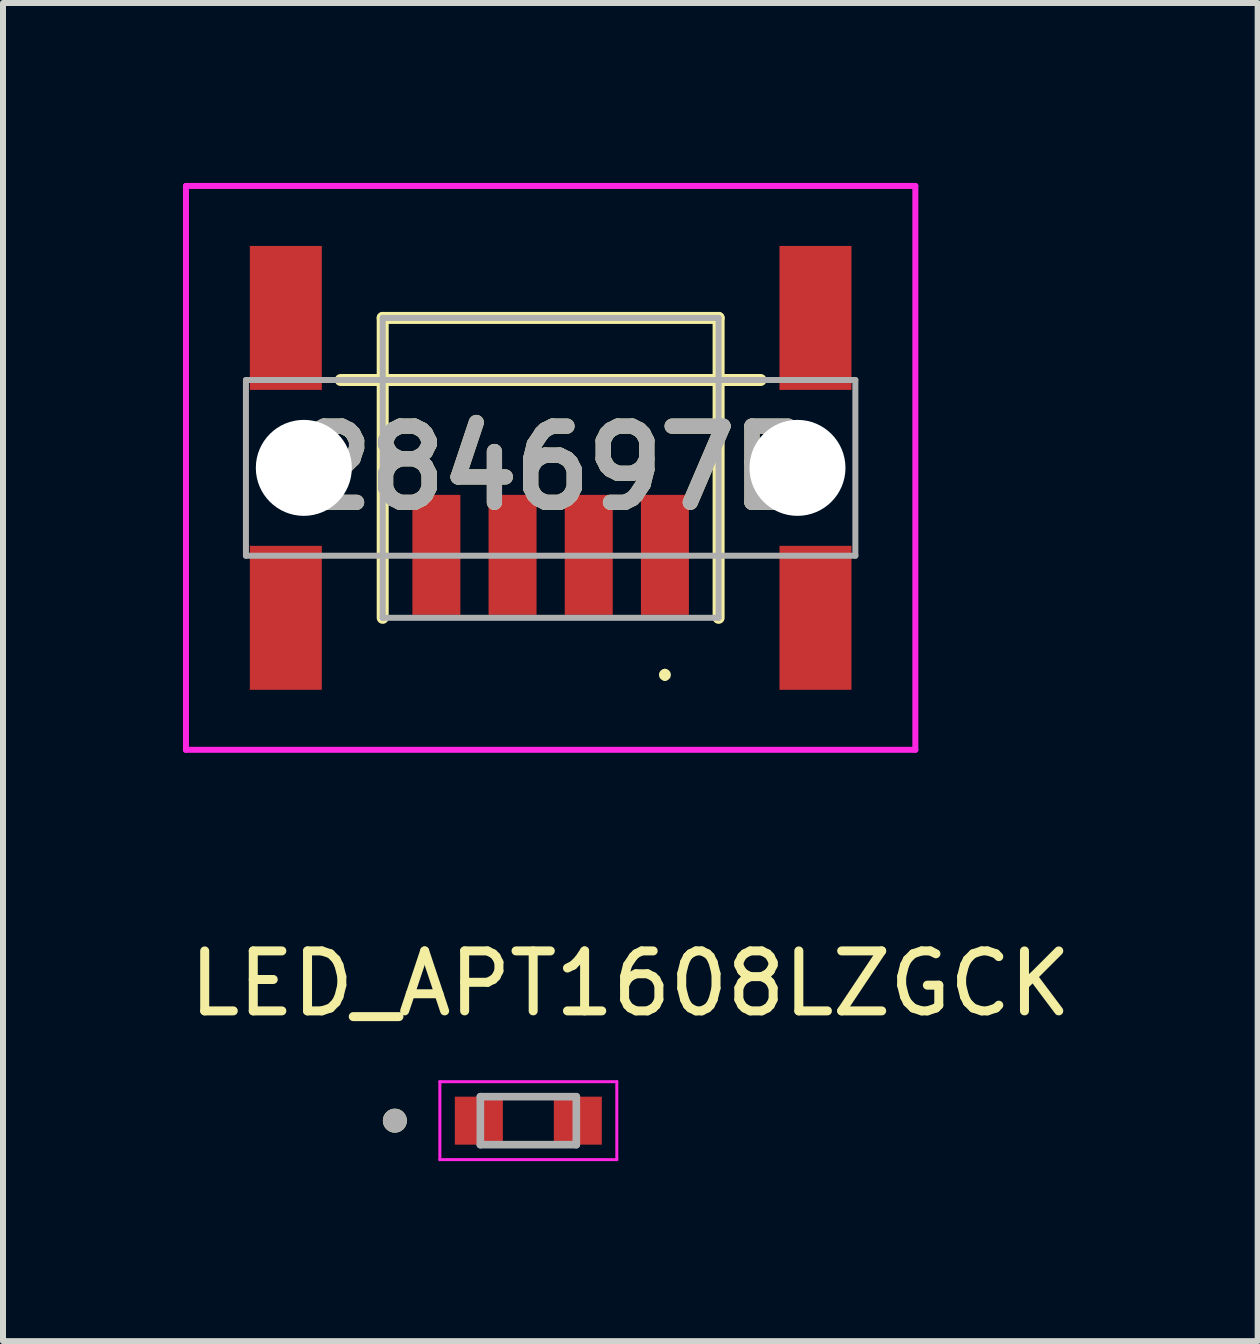
<source format=kicad_pcb>
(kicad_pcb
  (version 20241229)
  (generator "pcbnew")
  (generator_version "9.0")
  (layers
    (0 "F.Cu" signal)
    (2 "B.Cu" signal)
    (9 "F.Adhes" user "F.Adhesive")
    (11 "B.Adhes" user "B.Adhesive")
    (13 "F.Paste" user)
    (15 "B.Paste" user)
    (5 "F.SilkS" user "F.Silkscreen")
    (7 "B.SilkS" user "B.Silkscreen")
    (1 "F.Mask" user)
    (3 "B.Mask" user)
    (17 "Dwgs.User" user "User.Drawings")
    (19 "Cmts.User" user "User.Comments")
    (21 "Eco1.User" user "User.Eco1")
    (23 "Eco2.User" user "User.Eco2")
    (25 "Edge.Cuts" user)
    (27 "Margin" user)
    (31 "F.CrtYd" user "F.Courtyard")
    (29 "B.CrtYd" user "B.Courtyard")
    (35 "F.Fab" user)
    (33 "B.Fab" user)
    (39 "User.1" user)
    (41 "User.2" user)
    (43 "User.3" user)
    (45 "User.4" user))
  (footprint "LED_APT1608LZGCK"
    (layer "F.Cu")
    (at 5.758 15.633)
    (property "Reference" "LED_APT1608LZGCK" (at 1.7 -2.285 0) (layer "F.SilkS") (effects (font (size 1 1) (thickness 0.15))))
    (attr smd)
    (fp_circle (center -2.225 0) (end -2.125 0) (stroke (width 0.2) (type solid)) (fill no) (layer "F.SilkS"))
    (fp_line (start -1.475 -0.65) (end -1.475 0.65) (stroke (width 0.05) (type solid)) (layer "F.CrtYd"))
    (fp_line (start -1.475 0.65) (end 1.475 0.65) (stroke (width 0.05) (type solid)) (layer "F.CrtYd"))
    (fp_line (start 1.475 -0.65) (end -1.475 -0.65) (stroke (width 0.05) (type solid)) (layer "F.CrtYd"))
    (fp_line (start 1.475 0.65) (end 1.475 -0.65) (stroke (width 0.05) (type solid)) (layer "F.CrtYd"))
    (fp_line (start -0.8 -0.4) (end 0.8 -0.4) (stroke (width 0.127) (type solid)) (layer "F.Fab"))
    (fp_line (start -0.8 0.4) (end -0.8 -0.4) (stroke (width 0.127) (type solid)) (layer "F.Fab"))
    (fp_line (start 0.8 -0.4) (end 0.8 0.4) (stroke (width 0.127) (type solid)) (layer "F.Fab"))
    (fp_line (start 0.8 0.4) (end -0.8 0.4) (stroke (width 0.127) (type solid)) (layer "F.Fab"))
    (fp_circle (center -2.225 0) (end -2.125 0) (stroke (width 0.2) (type solid)) (fill no) (layer "F.Fab"))
    (pad "1" smd rect (at -0.825 0) (size 0.8 0.8) (layers "F.Cu" "F.Mask" "F.Paste"))
    (pad "2" smd rect (at 0.825 0) (size 0.8 0.8) (layers "F.Cu" "F.Mask" "F.Paste")))
  (footprint "284697E"
    (layer "F.Cu")
    (at 6.13 4.75)
    (property "Reference" "284697E" (at 0 0 0) (layer "F.SilkS") (effects (font (size 1.27 1.27) (thickness 0.254))))
    (attr through_hole)
    (fp_line (start -3.5 -1.465) (end 3.5 -1.465) (stroke (width 0.2) (type solid)) (layer "F.SilkS"))
    (fp_line (start -2.8 -2.5) (end 2.8 -2.5) (stroke (width 0.2) (type solid)) (layer "F.SilkS"))
    (fp_line (start -2.8 -1.5) (end -2.8 -2.5) (stroke (width 0.2) (type solid)) (layer "F.SilkS"))
    (fp_line (start -2.8 -1.5) (end -2.8 2.5) (stroke (width 0.2) (type solid)) (layer "F.SilkS"))
    (fp_line (start 1.905 3.4) (end 1.905 3.4) (stroke (width 0.1) (type solid)) (layer "F.SilkS"))
    (fp_line (start 1.905 3.5) (end 1.905 3.5) (stroke (width 0.1) (type solid)) (layer "F.SilkS"))
    (fp_line (start 2.8 -2.5) (end 2.8 -1.465) (stroke (width 0.2) (type solid)) (layer "F.SilkS"))
    (fp_line (start 2.8 -1.465) (end 2.8 2.5) (stroke (width 0.2) (type solid)) (layer "F.SilkS"))
    (fp_arc (start 1.905 3.4) (mid 1.955 3.45) (end 1.905 3.5) (stroke (width 0.1) (type solid)) (layer "F.SilkS"))
    (fp_arc (start 1.905 3.5) (mid 1.855 3.45) (end 1.905 3.4) (stroke (width 0.1) (type solid)) (layer "F.SilkS"))
    (fp_line (start -6.08 -4.7) (end 6.08 -4.7) (stroke (width 0.1) (type solid)) (layer "F.CrtYd"))
    (fp_line (start -6.08 4.7) (end -6.08 -4.7) (stroke (width 0.1) (type solid)) (layer "F.CrtYd"))
    (fp_line (start 6.08 -4.7) (end 6.08 4.7) (stroke (width 0.1) (type solid)) (layer "F.CrtYd"))
    (fp_line (start 6.08 4.7) (end -6.08 4.7) (stroke (width 0.1) (type solid)) (layer "F.CrtYd"))
    (fp_line (start -5.08 -1.465) (end 5.08 -1.465) (stroke (width 0.1) (type solid)) (layer "F.Fab"))
    (fp_line (start -5.08 1.465) (end -5.08 -1.465) (stroke (width 0.1) (type solid)) (layer "F.Fab"))
    (fp_line (start -2.8 -2.5) (end 2.8 -2.5) (stroke (width 0.1) (type solid)) (layer "F.Fab"))
    (fp_line (start -2.8 2.5) (end -2.8 -2.5) (stroke (width 0.1) (type solid)) (layer "F.Fab"))
    (fp_line (start 2.8 -2.5) (end 2.8 2.5) (stroke (width 0.1) (type solid)) (layer "F.Fab"))
    (fp_line (start 2.8 2.5) (end -2.8 2.5) (stroke (width 0.1) (type solid)) (layer "F.Fab"))
    (fp_line (start 5.08 -1.465) (end 5.08 1.465) (stroke (width 0.1) (type solid)) (layer "F.Fab"))
    (fp_line (start 5.08 1.465) (end -5.08 1.465) (stroke (width 0.1) (type solid)) (layer "F.Fab"))
    (fp_text user "${REFERENCE}" (at 0 0 0) (layer "F.Fab") (effects (font (size 1.27 1.27) (thickness 0.254))))
    (pad "" np_thru_hole circle (at -4.115 0) (size 1.6 1.6) (drill 1.6) (layers "*.Cu" "*.Mask"))
    (pad "" np_thru_hole circle (at 4.115 0) (size 1.6 1.6) (drill 1.6) (layers "*.Cu" "*.Mask"))
    (pad "1" smd rect (at 1.905 1.45) (size 0.8 2) (layers "F.Cu" "F.Mask" "F.Paste"))
    (pad "2" smd rect (at 0.635 1.45) (size 0.8 2) (layers "F.Cu" "F.Mask" "F.Paste"))
    (pad "3" smd rect (at -0.635 1.45) (size 0.8 2) (layers "F.Cu" "F.Mask" "F.Paste"))
    (pad "4" smd rect (at -1.905 1.45) (size 0.8 2) (layers "F.Cu" "F.Mask" "F.Paste"))
    (pad "5" smd rect (at -4.415 -2.5) (size 1.2 2.4) (layers "F.Cu" "F.Mask" "F.Paste"))
    (pad "6" smd rect (at -4.415 2.5) (size 1.2 2.4) (layers "F.Cu" "F.Mask" "F.Paste"))
    (pad "7" smd rect (at 4.415 -2.5) (size 1.2 2.4) (layers "F.Cu" "F.Mask" "F.Paste"))
    (pad "8" smd rect (at 4.415 2.5) (size 1.2 2.4) (layers "F.Cu" "F.Mask" "F.Paste")))
  (gr_rect
    (start -3 -3)
    (end 17.917 19.308)
    (stroke (width 0.1) (type default))
    (fill no)
    (layer "Edge.Cuts")))
</source>
